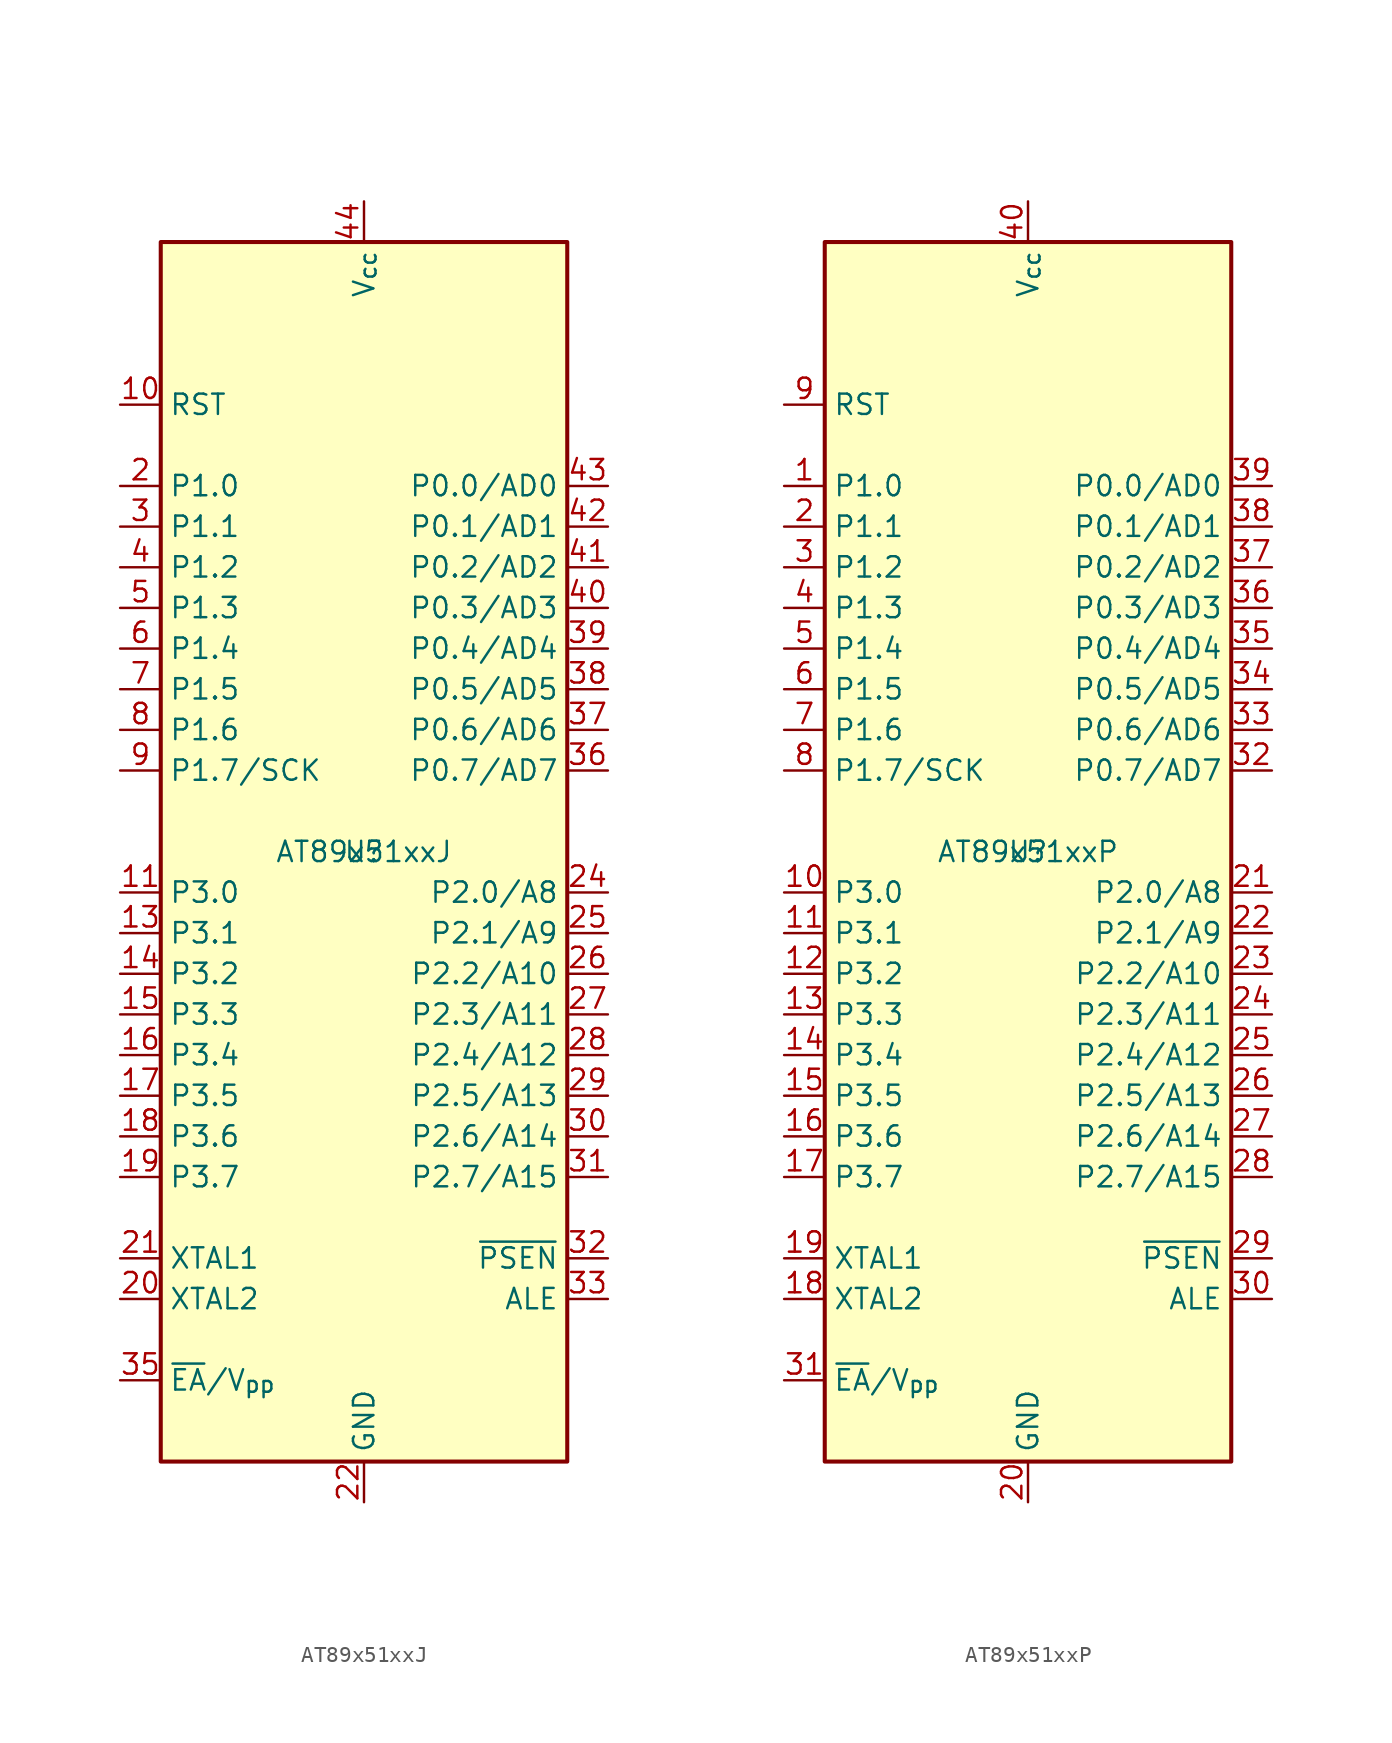
<source format=kicad_sym>
(kicad_symbol_lib
  (version 20241209)
  (generator "kicad_symbol_editor")
  (generator_version "9.0")
  (symbol "AT89x51xxJ"
    (property "Reference" "U"
      (at 0 0 0)
      (effects (font (size 1.27 1.27))))
    (property "Value" "AT89x51xxJ"
      (at 0 0 0)
      (effects (font (size 1.27 1.27))))
    (symbol "AT89x51xxJ_1_0"
      (pin bidirectional line (at -15.24 17.78 0) (length 2.54) (name "P1.2" (effects (font (size 1.27 1.27)))) (number "4" (effects (font (size 1.27 1.27))))))
    (symbol "AT89x51xxJ_1_1"
      (polyline (pts (xy -12.7 38.1) (xy 12.7 38.1) (xy 12.7 -38.1) (xy -12.7 -38.1) (xy -12.7 38.1)) (stroke (width 0.254) (type default)) (fill (type background)))
      (pin input line (at -15.24 27.94 0) (length 2.54) (name "RST" (effects (font (size 1.27 1.27)))) (number "10" (effects (font (size 1.27 1.27)))))
      (pin bidirectional line (at -15.24 22.86 0) (length 2.54) (name "P1.0" (effects (font (size 1.27 1.27)))) (number "2" (effects (font (size 1.27 1.27)))))
      (pin bidirectional line (at -15.24 20.32 0) (length 2.54) (name "P1.1" (effects (font (size 1.27 1.27)))) (number "3" (effects (font (size 1.27 1.27)))))
      (pin bidirectional line (at -15.24 15.24 0) (length 2.54) (name "P1.3" (effects (font (size 1.27 1.27)))) (number "5" (effects (font (size 1.27 1.27)))))
      (pin bidirectional line (at -15.24 12.7 0) (length 2.54) (name "P1.4" (effects (font (size 1.27 1.27)))) (number "6" (effects (font (size 1.27 1.27)))))
      (pin bidirectional line (at -15.24 10.16 0) (length 2.54) (name "P1.5" (effects (font (size 1.27 1.27)))) (number "7" (effects (font (size 1.27 1.27)))) (alternate "MOSI" output line))
      (pin bidirectional line (at -15.24 7.62 0) (length 2.54) (name "P1.6" (effects (font (size 1.27 1.27)))) (number "8" (effects (font (size 1.27 1.27)))) (alternate "MISO" input line))
      (pin bidirectional line (at -15.24 5.08 0) (length 2.54) (name "P1.7/SCK" (effects (font (size 1.27 1.27)))) (number "9" (effects (font (size 1.27 1.27)))))
      (pin bidirectional line (at -15.24 -2.54 0) (length 2.54) (name "P3.0" (effects (font (size 1.27 1.27)))) (number "11" (effects (font (size 1.27 1.27)))) (alternate "RXD" input line))
      (pin bidirectional line (at -15.24 -5.08 0) (length 2.54) (name "P3.1" (effects (font (size 1.27 1.27)))) (number "13" (effects (font (size 1.27 1.27)))) (alternate "TXD" output line))
      (pin bidirectional line (at -15.24 -7.62 0) (length 2.54) (name "P3.2" (effects (font (size 1.27 1.27)))) (number "14" (effects (font (size 1.27 1.27)))) (alternate "~{INT0}" input line))
      (pin bidirectional line (at -15.24 -10.16 0) (length 2.54) (name "P3.3" (effects (font (size 1.27 1.27)))) (number "15" (effects (font (size 1.27 1.27)))) (alternate "~{INT1}" input line))
      (pin bidirectional line (at -15.24 -12.7 0) (length 2.54) (name "P3.4" (effects (font (size 1.27 1.27)))) (number "16" (effects (font (size 1.27 1.27)))) (alternate "T0" input line))
      (pin bidirectional line (at -15.24 -15.24 0) (length 2.54) (name "P3.5" (effects (font (size 1.27 1.27)))) (number "17" (effects (font (size 1.27 1.27)))) (alternate "T1" input line))
      (pin bidirectional line (at -15.24 -17.78 0) (length 2.54) (name "P3.6" (effects (font (size 1.27 1.27)))) (number "18" (effects (font (size 1.27 1.27)))) (alternate "~{WR}" output line))
      (pin bidirectional line (at -15.24 -20.32 0) (length 2.54) (name "P3.7" (effects (font (size 1.27 1.27)))) (number "19" (effects (font (size 1.27 1.27)))) (alternate "~{RD}" input line))
      (pin input line (at -15.24 -25.4 0) (length 2.54) (name "XTAL1" (effects (font (size 1.27 1.27)))) (number "21" (effects (font (size 1.27 1.27)))))
      (pin input line (at -15.24 -27.94 0) (length 2.54) (name "XTAL2" (effects (font (size 1.27 1.27)))) (number "20" (effects (font (size 1.27 1.27)))))
      (pin input line (at -15.24 -33.02 0) (length 2.54) (name "~{EA}/V_{pp}" (effects (font (size 1.27 1.27)))) (number "35" (effects (font (size 1.27 1.27)))))
      (pin power_in line (at 0 40.64 270) (length 2.54) (name "V_{cc}" (effects (font (size 1.27 1.27)))) (number "44" (effects (font (size 1.27 1.27)))))
      (pin power_in line (at 0 -40.64 90) (length 2.54) (name "GND" (effects (font (size 1.27 1.27)))) (number "22" (effects (font (size 1.27 1.27)))))
      (pin no_connect line (at 12.7 35.56 180) (length 2.54) (hide yes) (name "NC" (effects (font (size 1.27 1.27)))) (number "1" (effects (font (size 1.27 1.27)))))
      (pin no_connect line (at 12.7 33.02 180) (length 2.54) (hide yes) (name "NC" (effects (font (size 1.27 1.27)))) (number "12" (effects (font (size 1.27 1.27)))))
      (pin no_connect line (at 12.7 30.48 180) (length 2.54) (hide yes) (name "NC" (effects (font (size 1.27 1.27)))) (number "23" (effects (font (size 1.27 1.27)))))
      (pin no_connect line (at 12.7 27.94 180) (length 2.54) (hide yes) (name "NC" (effects (font (size 1.27 1.27)))) (number "34" (effects (font (size 1.27 1.27)))))
      (pin bidirectional line (at 15.24 22.86 180) (length 2.54) (name "P0.0/AD0" (effects (font (size 1.27 1.27)))) (number "43" (effects (font (size 1.27 1.27)))))
      (pin bidirectional line (at 15.24 20.32 180) (length 2.54) (name "P0.1/AD1" (effects (font (size 1.27 1.27)))) (number "42" (effects (font (size 1.27 1.27)))))
      (pin bidirectional line (at 15.24 17.78 180) (length 2.54) (name "P0.2/AD2" (effects (font (size 1.27 1.27)))) (number "41" (effects (font (size 1.27 1.27)))))
      (pin bidirectional line (at 15.24 15.24 180) (length 2.54) (name "P0.3/AD3" (effects (font (size 1.27 1.27)))) (number "40" (effects (font (size 1.27 1.27)))))
      (pin bidirectional line (at 15.24 12.7 180) (length 2.54) (name "P0.4/AD4" (effects (font (size 1.27 1.27)))) (number "39" (effects (font (size 1.27 1.27)))))
      (pin bidirectional line (at 15.24 10.16 180) (length 2.54) (name "P0.5/AD5" (effects (font (size 1.27 1.27)))) (number "38" (effects (font (size 1.27 1.27)))))
      (pin bidirectional line (at 15.24 7.62 180) (length 2.54) (name "P0.6/AD6" (effects (font (size 1.27 1.27)))) (number "37" (effects (font (size 1.27 1.27)))))
      (pin bidirectional line (at 15.24 5.08 180) (length 2.54) (name "P0.7/AD7" (effects (font (size 1.27 1.27)))) (number "36" (effects (font (size 1.27 1.27)))))
      (pin bidirectional line (at 15.24 -2.54 180) (length 2.54) (name "P2.0/A8" (effects (font (size 1.27 1.27)))) (number "24" (effects (font (size 1.27 1.27)))))
      (pin bidirectional line (at 15.24 -5.08 180) (length 2.54) (name "P2.1/A9" (effects (font (size 1.27 1.27)))) (number "25" (effects (font (size 1.27 1.27)))))
      (pin bidirectional line (at 15.24 -7.62 180) (length 2.54) (name "P2.2/A10" (effects (font (size 1.27 1.27)))) (number "26" (effects (font (size 1.27 1.27)))))
      (pin bidirectional line (at 15.24 -10.16 180) (length 2.54) (name "P2.3/A11" (effects (font (size 1.27 1.27)))) (number "27" (effects (font (size 1.27 1.27)))))
      (pin bidirectional line (at 15.24 -12.7 180) (length 2.54) (name "P2.4/A12" (effects (font (size 1.27 1.27)))) (number "28" (effects (font (size 1.27 1.27)))))
      (pin bidirectional line (at 15.24 -15.24 180) (length 2.54) (name "P2.5/A13" (effects (font (size 1.27 1.27)))) (number "29" (effects (font (size 1.27 1.27)))))
      (pin bidirectional line (at 15.24 -17.78 180) (length 2.54) (name "P2.6/A14" (effects (font (size 1.27 1.27)))) (number "30" (effects (font (size 1.27 1.27)))))
      (pin bidirectional line (at 15.24 -20.32 180) (length 2.54) (name "P2.7/A15" (effects (font (size 1.27 1.27)))) (number "31" (effects (font (size 1.27 1.27)))))
      (pin output line (at 15.24 -25.4 180) (length 2.54) (name "~{PSEN}" (effects (font (size 1.27 1.27)))) (number "32" (effects (font (size 1.27 1.27)))))
      (pin output line (at 15.24 -27.94 180) (length 2.54) (name "ALE" (effects (font (size 1.27 1.27)))) (number "33" (effects (font (size 1.27 1.27)))) (alternate "~{PROG}" input line))))
  (symbol "AT89x51xxP"
    (property "Reference" "U"
      (at 0 0 0)
      (effects (font (size 1.27 1.27))))
    (property "Value" "AT89x51xxP"
      (at 0 0 0)
      (effects (font (size 1.27 1.27))))
    (symbol "AT89x51xxP_1_0"
      (pin bidirectional line (at -15.24 17.78 0) (length 2.54) (name "P1.2" (effects (font (size 1.27 1.27)))) (number "3" (effects (font (size 1.27 1.27))))))
    (symbol "AT89x51xxP_1_1"
      (polyline (pts (xy -12.7 38.1) (xy 12.7 38.1) (xy 12.7 -38.1) (xy -12.7 -38.1) (xy -12.7 38.1)) (stroke (width 0.254) (type default)) (fill (type background)))
      (pin input line (at -15.24 27.94 0) (length 2.54) (name "RST" (effects (font (size 1.27 1.27)))) (number "9" (effects (font (size 1.27 1.27)))))
      (pin bidirectional line (at -15.24 22.86 0) (length 2.54) (name "P1.0" (effects (font (size 1.27 1.27)))) (number "1" (effects (font (size 1.27 1.27)))))
      (pin bidirectional line (at -15.24 20.32 0) (length 2.54) (name "P1.1" (effects (font (size 1.27 1.27)))) (number "2" (effects (font (size 1.27 1.27)))))
      (pin bidirectional line (at -15.24 15.24 0) (length 2.54) (name "P1.3" (effects (font (size 1.27 1.27)))) (number "4" (effects (font (size 1.27 1.27)))))
      (pin bidirectional line (at -15.24 12.7 0) (length 2.54) (name "P1.4" (effects (font (size 1.27 1.27)))) (number "5" (effects (font (size 1.27 1.27)))))
      (pin bidirectional line (at -15.24 10.16 0) (length 2.54) (name "P1.5" (effects (font (size 1.27 1.27)))) (number "6" (effects (font (size 1.27 1.27)))) (alternate "MOSI" output line))
      (pin bidirectional line (at -15.24 7.62 0) (length 2.54) (name "P1.6" (effects (font (size 1.27 1.27)))) (number "7" (effects (font (size 1.27 1.27)))) (alternate "MISO" input line))
      (pin bidirectional line (at -15.24 5.08 0) (length 2.54) (name "P1.7/SCK" (effects (font (size 1.27 1.27)))) (number "8" (effects (font (size 1.27 1.27)))))
      (pin bidirectional line (at -15.24 -2.54 0) (length 2.54) (name "P3.0" (effects (font (size 1.27 1.27)))) (number "10" (effects (font (size 1.27 1.27)))) (alternate "RXD" input line))
      (pin bidirectional line (at -15.24 -5.08 0) (length 2.54) (name "P3.1" (effects (font (size 1.27 1.27)))) (number "11" (effects (font (size 1.27 1.27)))) (alternate "TXD" output line))
      (pin bidirectional line (at -15.24 -7.62 0) (length 2.54) (name "P3.2" (effects (font (size 1.27 1.27)))) (number "12" (effects (font (size 1.27 1.27)))) (alternate "~{INT0}" input line))
      (pin bidirectional line (at -15.24 -10.16 0) (length 2.54) (name "P3.3" (effects (font (size 1.27 1.27)))) (number "13" (effects (font (size 1.27 1.27)))) (alternate "~{INT1}" input line))
      (pin bidirectional line (at -15.24 -12.7 0) (length 2.54) (name "P3.4" (effects (font (size 1.27 1.27)))) (number "14" (effects (font (size 1.27 1.27)))) (alternate "T0" input line))
      (pin bidirectional line (at -15.24 -15.24 0) (length 2.54) (name "P3.5" (effects (font (size 1.27 1.27)))) (number "15" (effects (font (size 1.27 1.27)))) (alternate "T1" input line))
      (pin bidirectional line (at -15.24 -17.78 0) (length 2.54) (name "P3.6" (effects (font (size 1.27 1.27)))) (number "16" (effects (font (size 1.27 1.27)))) (alternate "~{WR}" output line))
      (pin bidirectional line (at -15.24 -20.32 0) (length 2.54) (name "P3.7" (effects (font (size 1.27 1.27)))) (number "17" (effects (font (size 1.27 1.27)))) (alternate "~{RD}" input line))
      (pin input line (at -15.24 -25.4 0) (length 2.54) (name "XTAL1" (effects (font (size 1.27 1.27)))) (number "19" (effects (font (size 1.27 1.27)))))
      (pin input line (at -15.24 -27.94 0) (length 2.54) (name "XTAL2" (effects (font (size 1.27 1.27)))) (number "18" (effects (font (size 1.27 1.27)))))
      (pin input line (at -15.24 -33.02 0) (length 2.54) (name "~{EA}/V_{pp}" (effects (font (size 1.27 1.27)))) (number "31" (effects (font (size 1.27 1.27)))))
      (pin power_in line (at 0 40.64 270) (length 2.54) (name "V_{cc}" (effects (font (size 1.27 1.27)))) (number "40" (effects (font (size 1.27 1.27)))))
      (pin power_in line (at 0 -40.64 90) (length 2.54) (name "GND" (effects (font (size 1.27 1.27)))) (number "20" (effects (font (size 1.27 1.27)))))
      (pin bidirectional line (at 15.24 22.86 180) (length 2.54) (name "P0.0/AD0" (effects (font (size 1.27 1.27)))) (number "39" (effects (font (size 1.27 1.27)))))
      (pin bidirectional line (at 15.24 20.32 180) (length 2.54) (name "P0.1/AD1" (effects (font (size 1.27 1.27)))) (number "38" (effects (font (size 1.27 1.27)))))
      (pin bidirectional line (at 15.24 17.78 180) (length 2.54) (name "P0.2/AD2" (effects (font (size 1.27 1.27)))) (number "37" (effects (font (size 1.27 1.27)))))
      (pin bidirectional line (at 15.24 15.24 180) (length 2.54) (name "P0.3/AD3" (effects (font (size 1.27 1.27)))) (number "36" (effects (font (size 1.27 1.27)))))
      (pin bidirectional line (at 15.24 12.7 180) (length 2.54) (name "P0.4/AD4" (effects (font (size 1.27 1.27)))) (number "35" (effects (font (size 1.27 1.27)))))
      (pin bidirectional line (at 15.24 10.16 180) (length 2.54) (name "P0.5/AD5" (effects (font (size 1.27 1.27)))) (number "34" (effects (font (size 1.27 1.27)))))
      (pin bidirectional line (at 15.24 7.62 180) (length 2.54) (name "P0.6/AD6" (effects (font (size 1.27 1.27)))) (number "33" (effects (font (size 1.27 1.27)))))
      (pin bidirectional line (at 15.24 5.08 180) (length 2.54) (name "P0.7/AD7" (effects (font (size 1.27 1.27)))) (number "32" (effects (font (size 1.27 1.27)))))
      (pin bidirectional line (at 15.24 -2.54 180) (length 2.54) (name "P2.0/A8" (effects (font (size 1.27 1.27)))) (number "21" (effects (font (size 1.27 1.27)))))
      (pin bidirectional line (at 15.24 -5.08 180) (length 2.54) (name "P2.1/A9" (effects (font (size 1.27 1.27)))) (number "22" (effects (font (size 1.27 1.27)))))
      (pin bidirectional line (at 15.24 -7.62 180) (length 2.54) (name "P2.2/A10" (effects (font (size 1.27 1.27)))) (number "23" (effects (font (size 1.27 1.27)))))
      (pin bidirectional line (at 15.24 -10.16 180) (length 2.54) (name "P2.3/A11" (effects (font (size 1.27 1.27)))) (number "24" (effects (font (size 1.27 1.27)))))
      (pin bidirectional line (at 15.24 -12.7 180) (length 2.54) (name "P2.4/A12" (effects (font (size 1.27 1.27)))) (number "25" (effects (font (size 1.27 1.27)))))
      (pin bidirectional line (at 15.24 -15.24 180) (length 2.54) (name "P2.5/A13" (effects (font (size 1.27 1.27)))) (number "26" (effects (font (size 1.27 1.27)))))
      (pin bidirectional line (at 15.24 -17.78 180) (length 2.54) (name "P2.6/A14" (effects (font (size 1.27 1.27)))) (number "27" (effects (font (size 1.27 1.27)))))
      (pin bidirectional line (at 15.24 -20.32 180) (length 2.54) (name "P2.7/A15" (effects (font (size 1.27 1.27)))) (number "28" (effects (font (size 1.27 1.27)))))
      (pin output line (at 15.24 -25.4 180) (length 2.54) (name "~{PSEN}" (effects (font (size 1.27 1.27)))) (number "29" (effects (font (size 1.27 1.27)))))
      (pin output line (at 15.24 -27.94 180) (length 2.54) (name "ALE" (effects (font (size 1.27 1.27)))) (number "30" (effects (font (size 1.27 1.27)))) (alternate "~{PROG}" input line)))))
</source>
